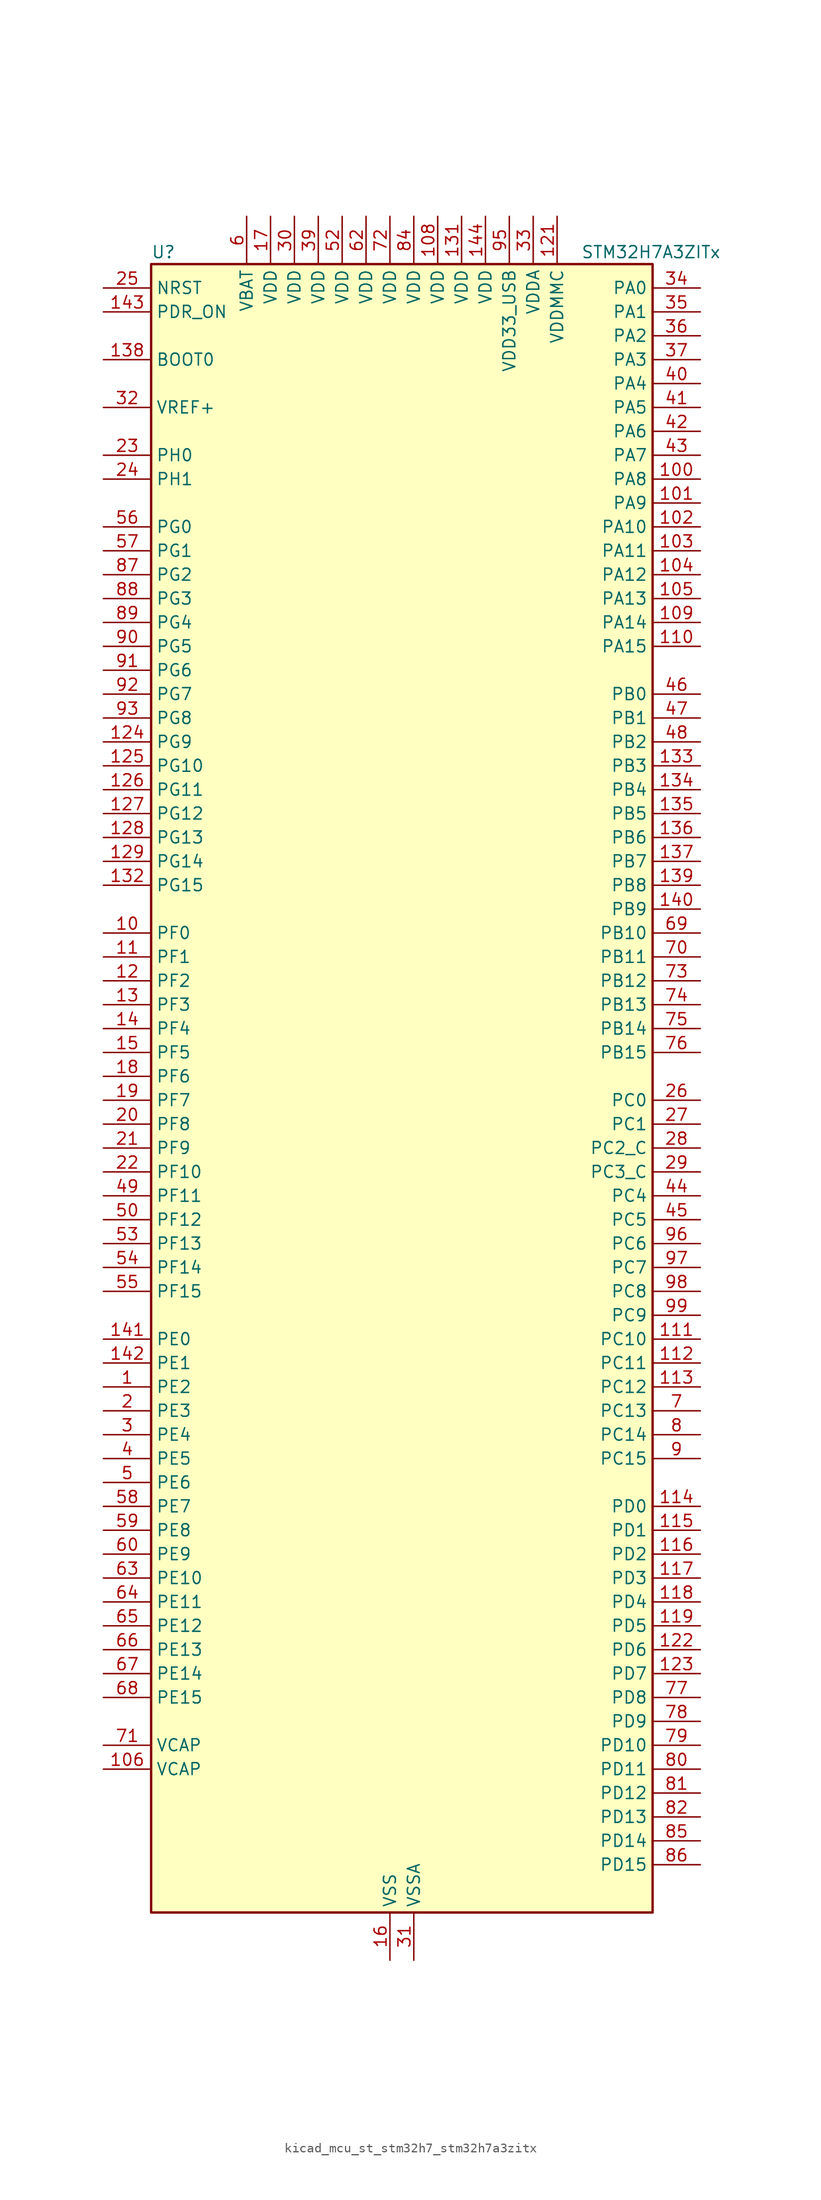
<source format=kicad_sym>
(kicad_symbol_lib
  (version 20220914)
  (generator kicad_symbol_editor)
  (symbol "kicad_mcu_st_stm32h7_stm32h7a3zitx"
    (property "Reference" "U"
      (at -25.4 90.17 0)
      (effects (font (size 1.27 1.27)) (justify left)))
    (property "Value" "STM32H7A3ZITx"
      (at 20.32 90.17 0)
      (effects (font (size 1.27 1.27)) (justify left)))
    (property "ki_locked" ""
      (at 0 0 0)
      (effects (font (size 1.27 1.27))))
    (symbol "kicad_mcu_st_stm32h7_stm32h7a3zitx_0_1"
      (rectangle (start -25.4 -86.36) (end 27.94 88.9) (stroke (width 0.254) (type default)) (fill (type background))))
    (symbol "kicad_mcu_st_stm32h7_stm32h7a3zitx_1_1"
      (pin bidirectional line (at -30.48 -30.48 0) (length 5.08) (name "PE2" (effects (font (size 1.27 1.27)))) (number "1" (effects (font (size 1.27 1.27)))) (alternate "DEBUG_TRACECLK" bidirectional line) (alternate "FMC_A23" bidirectional line) (alternate "OCTOSPIM_P1_IO2" bidirectional line) (alternate "SAI1_CK1" bidirectional line) (alternate "SAI1_MCLK_A" bidirectional line) (alternate "SPI4_SCK" bidirectional line) (alternate "USART10_RX" bidirectional line))
      (pin bidirectional line (at -30.48 17.78 0) (length 5.08) (name "PF0" (effects (font (size 1.27 1.27)))) (number "10" (effects (font (size 1.27 1.27)))) (alternate "FMC_A0" bidirectional line) (alternate "I2C2_SDA" bidirectional line) (alternate "OCTOSPIM_P2_IO0" bidirectional line))
      (pin bidirectional line (at 33.02 66.04 180) (length 5.08) (name "PA8" (effects (font (size 1.27 1.27)))) (number "100" (effects (font (size 1.27 1.27)))) (alternate "I2C3_SCL" bidirectional line) (alternate "LTDC_B3" bidirectional line) (alternate "LTDC_R6" bidirectional line) (alternate "RCC_MCO_1" bidirectional line) (alternate "TIM1_CH1" bidirectional line) (alternate "TIM8_BKIN2" bidirectional line) (alternate "TIM8_BKIN2_COMP1" bidirectional line) (alternate "TIM8_BKIN2_COMP2" bidirectional line) (alternate "UART7_RX" bidirectional line) (alternate "USART1_CK" bidirectional line) (alternate "USB_OTG_HS_SOF" bidirectional line))
      (pin bidirectional line (at 33.02 63.5 180) (length 5.08) (name "PA9" (effects (font (size 1.27 1.27)))) (number "101" (effects (font (size 1.27 1.27)))) (alternate "DAC1_EXTI9" bidirectional line) (alternate "DCMI_D0" bidirectional line) (alternate "I2C3_SMBA" bidirectional line) (alternate "I2S2_CK" bidirectional line) (alternate "LPUART1_TX" bidirectional line) (alternate "LTDC_R5" bidirectional line) (alternate "PSSI_D0" bidirectional line) (alternate "SPI2_SCK" bidirectional line) (alternate "TIM1_CH2" bidirectional line) (alternate "USART1_TX" bidirectional line) (alternate "USB_OTG_HS_VBUS" bidirectional line))
      (pin bidirectional line (at 33.02 60.96 180) (length 5.08) (name "PA10" (effects (font (size 1.27 1.27)))) (number "102" (effects (font (size 1.27 1.27)))) (alternate "DCMI_D1" bidirectional line) (alternate "LPUART1_RX" bidirectional line) (alternate "LTDC_B1" bidirectional line) (alternate "LTDC_B4" bidirectional line) (alternate "MDIOS_MDIO" bidirectional line) (alternate "PSSI_D1" bidirectional line) (alternate "TIM1_CH3" bidirectional line) (alternate "USART1_RX" bidirectional line) (alternate "USB_OTG_HS_ID" bidirectional line))
      (pin bidirectional line (at 33.02 58.42 180) (length 5.08) (name "PA11" (effects (font (size 1.27 1.27)))) (number "103" (effects (font (size 1.27 1.27)))) (alternate "ADC1_EXTI11" bidirectional line) (alternate "ADC2_EXTI11" bidirectional line) (alternate "FDCAN1_RX" bidirectional line) (alternate "I2S2_WS" bidirectional line) (alternate "LPUART1_CTS" bidirectional line) (alternate "LTDC_R4" bidirectional line) (alternate "SPI2_NSS" bidirectional line) (alternate "TIM1_CH4" bidirectional line) (alternate "UART4_RX" bidirectional line) (alternate "USART1_CTS" bidirectional line) (alternate "USART1_NSS" bidirectional line) (alternate "USB_OTG_HS_DM" bidirectional line))
      (pin bidirectional line (at 33.02 55.88 180) (length 5.08) (name "PA12" (effects (font (size 1.27 1.27)))) (number "104" (effects (font (size 1.27 1.27)))) (alternate "FDCAN1_TX" bidirectional line) (alternate "I2S2_CK" bidirectional line) (alternate "LPUART1_DE" bidirectional line) (alternate "LPUART1_RTS" bidirectional line) (alternate "LTDC_R5" bidirectional line) (alternate "SAI2_FS_B" bidirectional line) (alternate "SPI2_SCK" bidirectional line) (alternate "TIM1_ETR" bidirectional line) (alternate "UART4_TX" bidirectional line) (alternate "USART1_DE" bidirectional line) (alternate "USART1_RTS" bidirectional line) (alternate "USB_OTG_HS_DP" bidirectional line))
      (pin bidirectional line (at 33.02 53.34 180) (length 5.08) (name "PA13" (effects (font (size 1.27 1.27)))) (number "105" (effects (font (size 1.27 1.27)))) (alternate "DEBUG_JTMS-SWDIO" bidirectional line))
      (pin power_out line (at -30.48 -71.12 0) (length 5.08) (name "VCAP" (effects (font (size 1.27 1.27)))) (number "106" (effects (font (size 1.27 1.27)))))
      (pin passive line (at 0 -91.44 90) (length 5.08) hide (name "VSS" (effects (font (size 1.27 1.27)))) (number "107" (effects (font (size 1.27 1.27)))))
      (pin power_in line (at 5.08 93.98 270) (length 5.08) (name "VDD" (effects (font (size 1.27 1.27)))) (number "108" (effects (font (size 1.27 1.27)))))
      (pin bidirectional line (at 33.02 50.8 180) (length 5.08) (name "PA14" (effects (font (size 1.27 1.27)))) (number "109" (effects (font (size 1.27 1.27)))) (alternate "DEBUG_JTCK-SWCLK" bidirectional line))
      (pin bidirectional line (at -30.48 15.24 0) (length 5.08) (name "PF1" (effects (font (size 1.27 1.27)))) (number "11" (effects (font (size 1.27 1.27)))) (alternate "FMC_A1" bidirectional line) (alternate "I2C2_SCL" bidirectional line) (alternate "OCTOSPIM_P2_IO1" bidirectional line))
      (pin bidirectional line (at 33.02 48.26 180) (length 5.08) (name "PA15" (effects (font (size 1.27 1.27)))) (number "110" (effects (font (size 1.27 1.27)))) (alternate "ADC1_EXTI15" bidirectional line) (alternate "ADC2_EXTI15" bidirectional line) (alternate "CEC" bidirectional line) (alternate "DEBUG_JTDI" bidirectional line) (alternate "I2S1_WS" bidirectional line) (alternate "I2S3_WS" bidirectional line) (alternate "I2S6_WS" bidirectional line) (alternate "LTDC_B6" bidirectional line) (alternate "LTDC_R3" bidirectional line) (alternate "SPI1_NSS" bidirectional line) (alternate "SPI3_NSS" bidirectional line) (alternate "SPI6_NSS" bidirectional line) (alternate "TIM2_CH1" bidirectional line) (alternate "TIM2_ETR" bidirectional line) (alternate "UART4_DE" bidirectional line) (alternate "UART4_RTS" bidirectional line) (alternate "UART7_TX" bidirectional line))
      (pin bidirectional line (at 33.02 -25.4 180) (length 5.08) (name "PC10" (effects (font (size 1.27 1.27)))) (number "111" (effects (font (size 1.27 1.27)))) (alternate "DCMI_D8" bidirectional line) (alternate "DFSDM1_CKIN5" bidirectional line) (alternate "DFSDM2_CKIN0" bidirectional line) (alternate "I2S3_CK" bidirectional line) (alternate "LTDC_B1" bidirectional line) (alternate "LTDC_R2" bidirectional line) (alternate "OCTOSPIM_P1_IO1" bidirectional line) (alternate "PSSI_D8" bidirectional line) (alternate "SDMMC1_D2" bidirectional line) (alternate "SPI3_SCK" bidirectional line) (alternate "SWPMI1_RX" bidirectional line) (alternate "UART4_TX" bidirectional line) (alternate "USART3_TX" bidirectional line))
      (pin bidirectional line (at 33.02 -27.94 180) (length 5.08) (name "PC11" (effects (font (size 1.27 1.27)))) (number "112" (effects (font (size 1.27 1.27)))) (alternate "ADC1_EXTI11" bidirectional line) (alternate "ADC2_EXTI11" bidirectional line) (alternate "DCMI_D4" bidirectional line) (alternate "DFSDM1_DATIN5" bidirectional line) (alternate "DFSDM2_DATIN0" bidirectional line) (alternate "I2S3_SDI" bidirectional line) (alternate "LTDC_B4" bidirectional line) (alternate "OCTOSPIM_P1_NCS" bidirectional line) (alternate "PSSI_D4" bidirectional line) (alternate "SDMMC1_D3" bidirectional line) (alternate "SPI3_MISO" bidirectional line) (alternate "UART4_RX" bidirectional line) (alternate "USART3_RX" bidirectional line))
      (pin bidirectional line (at 33.02 -30.48 180) (length 5.08) (name "PC12" (effects (font (size 1.27 1.27)))) (number "113" (effects (font (size 1.27 1.27)))) (alternate "DCMI_D9" bidirectional line) (alternate "DEBUG_TRACED3" bidirectional line) (alternate "DFSDM2_CKOUT" bidirectional line) (alternate "I2S3_SDO" bidirectional line) (alternate "I2S6_CK" bidirectional line) (alternate "LTDC_R6" bidirectional line) (alternate "PSSI_D9" bidirectional line) (alternate "SDMMC1_CK" bidirectional line) (alternate "SPI3_MOSI" bidirectional line) (alternate "SPI6_SCK" bidirectional line) (alternate "TIM15_CH1" bidirectional line) (alternate "UART5_TX" bidirectional line) (alternate "USART3_CK" bidirectional line))
      (pin bidirectional line (at 33.02 -43.18 180) (length 5.08) (name "PD0" (effects (font (size 1.27 1.27)))) (number "114" (effects (font (size 1.27 1.27)))) (alternate "DFSDM1_CKIN6" bidirectional line) (alternate "FDCAN1_RX" bidirectional line) (alternate "FMC_D2" bidirectional line) (alternate "FMC_DA2" bidirectional line) (alternate "LTDC_B1" bidirectional line) (alternate "UART4_RX" bidirectional line) (alternate "UART9_CTS" bidirectional line))
      (pin bidirectional line (at 33.02 -45.72 180) (length 5.08) (name "PD1" (effects (font (size 1.27 1.27)))) (number "115" (effects (font (size 1.27 1.27)))) (alternate "DFSDM1_DATIN6" bidirectional line) (alternate "FDCAN1_TX" bidirectional line) (alternate "FMC_D3" bidirectional line) (alternate "FMC_DA3" bidirectional line) (alternate "UART4_TX" bidirectional line))
      (pin bidirectional line (at 33.02 -48.26 180) (length 5.08) (name "PD2" (effects (font (size 1.27 1.27)))) (number "116" (effects (font (size 1.27 1.27)))) (alternate "DCMI_D11" bidirectional line) (alternate "DEBUG_TRACED2" bidirectional line) (alternate "LTDC_B2" bidirectional line) (alternate "LTDC_B7" bidirectional line) (alternate "PSSI_D11" bidirectional line) (alternate "SDMMC1_CMD" bidirectional line) (alternate "TIM15_BKIN" bidirectional line) (alternate "TIM3_ETR" bidirectional line) (alternate "UART5_RX" bidirectional line))
      (pin bidirectional line (at 33.02 -50.8 180) (length 5.08) (name "PD3" (effects (font (size 1.27 1.27)))) (number "117" (effects (font (size 1.27 1.27)))) (alternate "DCMI_D5" bidirectional line) (alternate "DFSDM1_CKOUT" bidirectional line) (alternate "FMC_CLK" bidirectional line) (alternate "I2S2_CK" bidirectional line) (alternate "LTDC_G7" bidirectional line) (alternate "PSSI_D5" bidirectional line) (alternate "SPI2_SCK" bidirectional line) (alternate "USART2_CTS" bidirectional line) (alternate "USART2_NSS" bidirectional line))
      (pin bidirectional line (at 33.02 -53.34 180) (length 5.08) (name "PD4" (effects (font (size 1.27 1.27)))) (number "118" (effects (font (size 1.27 1.27)))) (alternate "FMC_NOE" bidirectional line) (alternate "OCTOSPIM_P1_IO4" bidirectional line) (alternate "USART2_DE" bidirectional line) (alternate "USART2_RTS" bidirectional line))
      (pin bidirectional line (at 33.02 -55.88 180) (length 5.08) (name "PD5" (effects (font (size 1.27 1.27)))) (number "119" (effects (font (size 1.27 1.27)))) (alternate "FMC_NWE" bidirectional line) (alternate "OCTOSPIM_P1_IO5" bidirectional line) (alternate "USART2_TX" bidirectional line))
      (pin bidirectional line (at -30.48 12.7 0) (length 5.08) (name "PF2" (effects (font (size 1.27 1.27)))) (number "12" (effects (font (size 1.27 1.27)))) (alternate "FMC_A2" bidirectional line) (alternate "I2C2_SMBA" bidirectional line) (alternate "OCTOSPIM_P2_IO2" bidirectional line))
      (pin passive line (at 0 -91.44 90) (length 5.08) hide (name "VSS" (effects (font (size 1.27 1.27)))) (number "120" (effects (font (size 1.27 1.27)))))
      (pin power_in line (at 17.78 93.98 270) (length 5.08) (name "VDDMMC" (effects (font (size 1.27 1.27)))) (number "121" (effects (font (size 1.27 1.27)))))
      (pin bidirectional line (at 33.02 -58.42 180) (length 5.08) (name "PD6" (effects (font (size 1.27 1.27)))) (number "122" (effects (font (size 1.27 1.27)))) (alternate "DCMI_D10" bidirectional line) (alternate "DFSDM1_CKIN4" bidirectional line) (alternate "DFSDM1_DATIN1" bidirectional line) (alternate "FMC_NWAIT" bidirectional line) (alternate "I2S3_SDO" bidirectional line) (alternate "LTDC_B2" bidirectional line) (alternate "OCTOSPIM_P1_IO6" bidirectional line) (alternate "PSSI_D10" bidirectional line) (alternate "SAI1_D1" bidirectional line) (alternate "SAI1_SD_A" bidirectional line) (alternate "SDMMC2_CK" bidirectional line) (alternate "SPI3_MOSI" bidirectional line) (alternate "USART2_RX" bidirectional line))
      (pin bidirectional line (at 33.02 -60.96 180) (length 5.08) (name "PD7" (effects (font (size 1.27 1.27)))) (number "123" (effects (font (size 1.27 1.27)))) (alternate "DFSDM1_CKIN1" bidirectional line) (alternate "DFSDM1_DATIN4" bidirectional line) (alternate "FMC_NE1" bidirectional line) (alternate "I2S1_SDO" bidirectional line) (alternate "OCTOSPIM_P1_IO7" bidirectional line) (alternate "SDMMC2_CMD" bidirectional line) (alternate "SPDIFRX_IN0" bidirectional line) (alternate "SPI1_MOSI" bidirectional line) (alternate "USART2_CK" bidirectional line))
      (pin bidirectional line (at -30.48 38.1 0) (length 5.08) (name "PG9" (effects (font (size 1.27 1.27)))) (number "124" (effects (font (size 1.27 1.27)))) (alternate "DAC1_EXTI9" bidirectional line) (alternate "DCMI_VSYNC" bidirectional line) (alternate "FMC_NCE" bidirectional line) (alternate "FMC_NE2" bidirectional line) (alternate "I2S1_SDI" bidirectional line) (alternate "OCTOSPIM_P1_IO6" bidirectional line) (alternate "PSSI_RDY" bidirectional line) (alternate "SAI2_FS_B" bidirectional line) (alternate "SDMMC2_D0" bidirectional line) (alternate "SPDIFRX_IN3" bidirectional line) (alternate "SPI1_MISO" bidirectional line) (alternate "USART6_RX" bidirectional line))
      (pin bidirectional line (at -30.48 35.56 0) (length 5.08) (name "PG10" (effects (font (size 1.27 1.27)))) (number "125" (effects (font (size 1.27 1.27)))) (alternate "DCMI_D2" bidirectional line) (alternate "FMC_NE3" bidirectional line) (alternate "I2S1_WS" bidirectional line) (alternate "LTDC_B2" bidirectional line) (alternate "LTDC_G3" bidirectional line) (alternate "OCTOSPIM_P2_IO6" bidirectional line) (alternate "PSSI_D2" bidirectional line) (alternate "SAI2_SD_B" bidirectional line) (alternate "SDMMC2_D1" bidirectional line) (alternate "SPI1_NSS" bidirectional line))
      (pin bidirectional line (at -30.48 33.02 0) (length 5.08) (name "PG11" (effects (font (size 1.27 1.27)))) (number "126" (effects (font (size 1.27 1.27)))) (alternate "ADC1_EXTI11" bidirectional line) (alternate "ADC2_EXTI11" bidirectional line) (alternate "DCMI_D3" bidirectional line) (alternate "I2S1_CK" bidirectional line) (alternate "LPTIM1_IN2" bidirectional line) (alternate "LTDC_B3" bidirectional line) (alternate "OCTOSPIM_P2_IO7" bidirectional line) (alternate "PSSI_D3" bidirectional line) (alternate "SDMMC2_D2" bidirectional line) (alternate "SPDIFRX_IN0" bidirectional line) (alternate "SPI1_SCK" bidirectional line) (alternate "USART10_RX" bidirectional line))
      (pin bidirectional line (at -30.48 30.48 0) (length 5.08) (name "PG12" (effects (font (size 1.27 1.27)))) (number "127" (effects (font (size 1.27 1.27)))) (alternate "FMC_NE4" bidirectional line) (alternate "I2S6_SDI" bidirectional line) (alternate "LPTIM1_IN1" bidirectional line) (alternate "LTDC_B1" bidirectional line) (alternate "LTDC_B4" bidirectional line) (alternate "OCTOSPIM_P2_NCS" bidirectional line) (alternate "SDMMC2_D3" bidirectional line) (alternate "SPDIFRX_IN1" bidirectional line) (alternate "SPI6_MISO" bidirectional line) (alternate "USART10_TX" bidirectional line) (alternate "USART6_DE" bidirectional line) (alternate "USART6_RTS" bidirectional line))
      (pin bidirectional line (at -30.48 27.94 0) (length 5.08) (name "PG13" (effects (font (size 1.27 1.27)))) (number "128" (effects (font (size 1.27 1.27)))) (alternate "DEBUG_TRACED0" bidirectional line) (alternate "FMC_A24" bidirectional line) (alternate "I2S6_CK" bidirectional line) (alternate "LPTIM1_OUT" bidirectional line) (alternate "LTDC_R0" bidirectional line) (alternate "SDMMC2_D6" bidirectional line) (alternate "SPI6_SCK" bidirectional line) (alternate "USART10_CTS" bidirectional line) (alternate "USART10_NSS" bidirectional line) (alternate "USART6_CTS" bidirectional line) (alternate "USART6_NSS" bidirectional line))
      (pin bidirectional line (at -30.48 25.4 0) (length 5.08) (name "PG14" (effects (font (size 1.27 1.27)))) (number "129" (effects (font (size 1.27 1.27)))) (alternate "DEBUG_TRACED1" bidirectional line) (alternate "FMC_A25" bidirectional line) (alternate "I2S6_SDO" bidirectional line) (alternate "LPTIM1_ETR" bidirectional line) (alternate "LTDC_B0" bidirectional line) (alternate "OCTOSPIM_P1_IO7" bidirectional line) (alternate "SDMMC2_D7" bidirectional line) (alternate "SPI6_MOSI" bidirectional line) (alternate "USART10_DE" bidirectional line) (alternate "USART10_RTS" bidirectional line) (alternate "USART6_TX" bidirectional line))
      (pin bidirectional line (at -30.48 10.16 0) (length 5.08) (name "PF3" (effects (font (size 1.27 1.27)))) (number "13" (effects (font (size 1.27 1.27)))) (alternate "FMC_A3" bidirectional line) (alternate "OCTOSPIM_P2_IO3" bidirectional line))
      (pin passive line (at 0 -91.44 90) (length 5.08) hide (name "VSS" (effects (font (size 1.27 1.27)))) (number "130" (effects (font (size 1.27 1.27)))))
      (pin power_in line (at 7.62 93.98 270) (length 5.08) (name "VDD" (effects (font (size 1.27 1.27)))) (number "131" (effects (font (size 1.27 1.27)))))
      (pin bidirectional line (at -30.48 22.86 0) (length 5.08) (name "PG15" (effects (font (size 1.27 1.27)))) (number "132" (effects (font (size 1.27 1.27)))) (alternate "ADC1_EXTI15" bidirectional line) (alternate "ADC2_EXTI15" bidirectional line) (alternate "DCMI_D13" bidirectional line) (alternate "FMC_SDNCAS" bidirectional line) (alternate "OCTOSPIM_P2_DQS" bidirectional line) (alternate "PSSI_D13" bidirectional line) (alternate "USART10_CK" bidirectional line) (alternate "USART6_CTS" bidirectional line) (alternate "USART6_NSS" bidirectional line))
      (pin bidirectional line (at 33.02 35.56 180) (length 5.08) (name "PB3" (effects (font (size 1.27 1.27)))) (number "133" (effects (font (size 1.27 1.27)))) (alternate "CRS_SYNC" bidirectional line) (alternate "DEBUG_JTDO-SWO" bidirectional line) (alternate "I2S1_CK" bidirectional line) (alternate "I2S3_CK" bidirectional line) (alternate "I2S6_CK" bidirectional line) (alternate "SDMMC2_D2" bidirectional line) (alternate "SPI1_SCK" bidirectional line) (alternate "SPI3_SCK" bidirectional line) (alternate "SPI6_SCK" bidirectional line) (alternate "TIM2_CH2" bidirectional line) (alternate "UART7_RX" bidirectional line))
      (pin bidirectional line (at 33.02 33.02 180) (length 5.08) (name "PB4" (effects (font (size 1.27 1.27)))) (number "134" (effects (font (size 1.27 1.27)))) (alternate "DEBUG_JTRST" bidirectional line) (alternate "I2S1_SDI" bidirectional line) (alternate "I2S2_WS" bidirectional line) (alternate "I2S3_SDI" bidirectional line) (alternate "I2S6_SDI" bidirectional line) (alternate "SDMMC2_D3" bidirectional line) (alternate "SPI1_MISO" bidirectional line) (alternate "SPI2_NSS" bidirectional line) (alternate "SPI3_MISO" bidirectional line) (alternate "SPI6_MISO" bidirectional line) (alternate "TIM16_BKIN" bidirectional line) (alternate "TIM3_CH1" bidirectional line) (alternate "UART7_TX" bidirectional line))
      (pin bidirectional line (at 33.02 30.48 180) (length 5.08) (name "PB5" (effects (font (size 1.27 1.27)))) (number "135" (effects (font (size 1.27 1.27)))) (alternate "DCMI_D10" bidirectional line) (alternate "FDCAN2_RX" bidirectional line) (alternate "FMC_SDCKE1" bidirectional line) (alternate "I2C1_SMBA" bidirectional line) (alternate "I2C4_SMBA" bidirectional line) (alternate "I2S1_SDO" bidirectional line) (alternate "I2S3_SDO" bidirectional line) (alternate "I2S6_SDO" bidirectional line) (alternate "LTDC_B5" bidirectional line) (alternate "PSSI_D10" bidirectional line) (alternate "SPI1_MOSI" bidirectional line) (alternate "SPI3_MOSI" bidirectional line) (alternate "SPI6_MOSI" bidirectional line) (alternate "TIM17_BKIN" bidirectional line) (alternate "TIM3_CH2" bidirectional line) (alternate "UART5_RX" bidirectional line) (alternate "USB_OTG_HS_ULPI_D7" bidirectional line))
      (pin bidirectional line (at 33.02 27.94 180) (length 5.08) (name "PB6" (effects (font (size 1.27 1.27)))) (number "136" (effects (font (size 1.27 1.27)))) (alternate "CEC" bidirectional line) (alternate "DCMI_D5" bidirectional line) (alternate "DFSDM1_DATIN5" bidirectional line) (alternate "FDCAN2_TX" bidirectional line) (alternate "FMC_SDNE1" bidirectional line) (alternate "I2C1_SCL" bidirectional line) (alternate "I2C4_SCL" bidirectional line) (alternate "LPUART1_TX" bidirectional line) (alternate "OCTOSPIM_P1_NCS" bidirectional line) (alternate "PSSI_D5" bidirectional line) (alternate "TIM16_CH1N" bidirectional line) (alternate "TIM4_CH1" bidirectional line) (alternate "UART5_TX" bidirectional line) (alternate "USART1_TX" bidirectional line))
      (pin bidirectional line (at 33.02 25.4 180) (length 5.08) (name "PB7" (effects (font (size 1.27 1.27)))) (number "137" (effects (font (size 1.27 1.27)))) (alternate "DCMI_VSYNC" bidirectional line) (alternate "DFSDM1_CKIN5" bidirectional line) (alternate "FMC_NL" bidirectional line) (alternate "I2C1_SDA" bidirectional line) (alternate "I2C4_SDA" bidirectional line) (alternate "LPUART1_RX" bidirectional line) (alternate "PSSI_RDY" bidirectional line) (alternate "PWR_PVD_IN" bidirectional line) (alternate "TIM17_CH1N" bidirectional line) (alternate "TIM4_CH2" bidirectional line) (alternate "USART1_RX" bidirectional line))
      (pin input line (at -30.48 78.74 0) (length 5.08) (name "BOOT0" (effects (font (size 1.27 1.27)))) (number "138" (effects (font (size 1.27 1.27)))))
      (pin bidirectional line (at 33.02 22.86 180) (length 5.08) (name "PB8" (effects (font (size 1.27 1.27)))) (number "139" (effects (font (size 1.27 1.27)))) (alternate "DCMI_D6" bidirectional line) (alternate "DFSDM1_CKIN7" bidirectional line) (alternate "FDCAN1_RX" bidirectional line) (alternate "I2C1_SCL" bidirectional line) (alternate "I2C4_SCL" bidirectional line) (alternate "LTDC_B6" bidirectional line) (alternate "PSSI_D6" bidirectional line) (alternate "SDMMC1_CKIN" bidirectional line) (alternate "SDMMC1_D4" bidirectional line) (alternate "SDMMC2_D4" bidirectional line) (alternate "TIM16_CH1" bidirectional line) (alternate "TIM4_CH3" bidirectional line) (alternate "UART4_RX" bidirectional line))
      (pin bidirectional line (at -30.48 7.62 0) (length 5.08) (name "PF4" (effects (font (size 1.27 1.27)))) (number "14" (effects (font (size 1.27 1.27)))) (alternate "FMC_A4" bidirectional line) (alternate "OCTOSPIM_P2_CLK" bidirectional line))
      (pin bidirectional line (at 33.02 20.32 180) (length 5.08) (name "PB9" (effects (font (size 1.27 1.27)))) (number "140" (effects (font (size 1.27 1.27)))) (alternate "DAC1_EXTI9" bidirectional line) (alternate "DCMI_D7" bidirectional line) (alternate "DFSDM1_DATIN7" bidirectional line) (alternate "FDCAN1_TX" bidirectional line) (alternate "I2C1_SDA" bidirectional line) (alternate "I2C4_SDA" bidirectional line) (alternate "I2C4_SMBA" bidirectional line) (alternate "I2S2_WS" bidirectional line) (alternate "LTDC_B7" bidirectional line) (alternate "PSSI_D7" bidirectional line) (alternate "SDMMC1_CDIR" bidirectional line) (alternate "SDMMC1_D5" bidirectional line) (alternate "SDMMC2_D5" bidirectional line) (alternate "SPI2_NSS" bidirectional line) (alternate "TIM17_CH1" bidirectional line) (alternate "TIM4_CH4" bidirectional line) (alternate "UART4_TX" bidirectional line))
      (pin bidirectional line (at -30.48 -25.4 0) (length 5.08) (name "PE0" (effects (font (size 1.27 1.27)))) (number "141" (effects (font (size 1.27 1.27)))) (alternate "DCMI_D2" bidirectional line) (alternate "FMC_NBL0" bidirectional line) (alternate "LPTIM1_ETR" bidirectional line) (alternate "LPTIM2_ETR" bidirectional line) (alternate "LTDC_R0" bidirectional line) (alternate "PSSI_D2" bidirectional line) (alternate "SAI2_MCLK_A" bidirectional line) (alternate "TIM4_ETR" bidirectional line) (alternate "UART8_RX" bidirectional line))
      (pin bidirectional line (at -30.48 -27.94 0) (length 5.08) (name "PE1" (effects (font (size 1.27 1.27)))) (number "142" (effects (font (size 1.27 1.27)))) (alternate "DCMI_D3" bidirectional line) (alternate "FMC_NBL1" bidirectional line) (alternate "LPTIM1_IN2" bidirectional line) (alternate "LTDC_R6" bidirectional line) (alternate "PSSI_D3" bidirectional line) (alternate "UART8_TX" bidirectional line))
      (pin input line (at -30.48 83.82 0) (length 5.08) (name "PDR_ON" (effects (font (size 1.27 1.27)))) (number "143" (effects (font (size 1.27 1.27)))))
      (pin power_in line (at 10.16 93.98 270) (length 5.08) (name "VDD" (effects (font (size 1.27 1.27)))) (number "144" (effects (font (size 1.27 1.27)))))
      (pin bidirectional line (at -30.48 5.08 0) (length 5.08) (name "PF5" (effects (font (size 1.27 1.27)))) (number "15" (effects (font (size 1.27 1.27)))) (alternate "FMC_A5" bidirectional line) (alternate "OCTOSPIM_P2_NCLK" bidirectional line))
      (pin power_in line (at 0 -91.44 90) (length 5.08) (name "VSS" (effects (font (size 1.27 1.27)))) (number "16" (effects (font (size 1.27 1.27)))))
      (pin power_in line (at -12.7 93.98 270) (length 5.08) (name "VDD" (effects (font (size 1.27 1.27)))) (number "17" (effects (font (size 1.27 1.27)))))
      (pin bidirectional line (at -30.48 2.54 0) (length 5.08) (name "PF6" (effects (font (size 1.27 1.27)))) (number "18" (effects (font (size 1.27 1.27)))) (alternate "OCTOSPIM_P1_IO3" bidirectional line) (alternate "SAI1_SD_B" bidirectional line) (alternate "SPI5_NSS" bidirectional line) (alternate "TIM16_CH1" bidirectional line) (alternate "UART7_RX" bidirectional line))
      (pin bidirectional line (at -30.48 0 0) (length 5.08) (name "PF7" (effects (font (size 1.27 1.27)))) (number "19" (effects (font (size 1.27 1.27)))) (alternate "OCTOSPIM_P1_IO2" bidirectional line) (alternate "SAI1_MCLK_B" bidirectional line) (alternate "SPI5_SCK" bidirectional line) (alternate "TIM17_CH1" bidirectional line) (alternate "UART7_TX" bidirectional line))
      (pin bidirectional line (at -30.48 -33.02 0) (length 5.08) (name "PE3" (effects (font (size 1.27 1.27)))) (number "2" (effects (font (size 1.27 1.27)))) (alternate "DEBUG_TRACED0" bidirectional line) (alternate "FMC_A19" bidirectional line) (alternate "SAI1_SD_B" bidirectional line) (alternate "TIM15_BKIN" bidirectional line) (alternate "USART10_TX" bidirectional line))
      (pin bidirectional line (at -30.48 -2.54 0) (length 5.08) (name "PF8" (effects (font (size 1.27 1.27)))) (number "20" (effects (font (size 1.27 1.27)))) (alternate "OCTOSPIM_P1_IO0" bidirectional line) (alternate "SAI1_SCK_B" bidirectional line) (alternate "SPI5_MISO" bidirectional line) (alternate "TIM13_CH1" bidirectional line) (alternate "TIM16_CH1N" bidirectional line) (alternate "UART7_DE" bidirectional line) (alternate "UART7_RTS" bidirectional line))
      (pin bidirectional line (at -30.48 -5.08 0) (length 5.08) (name "PF9" (effects (font (size 1.27 1.27)))) (number "21" (effects (font (size 1.27 1.27)))) (alternate "DAC1_EXTI9" bidirectional line) (alternate "OCTOSPIM_P1_IO1" bidirectional line) (alternate "SAI1_FS_B" bidirectional line) (alternate "SPI5_MOSI" bidirectional line) (alternate "TIM14_CH1" bidirectional line) (alternate "TIM17_CH1N" bidirectional line) (alternate "UART7_CTS" bidirectional line))
      (pin bidirectional line (at -30.48 -7.62 0) (length 5.08) (name "PF10" (effects (font (size 1.27 1.27)))) (number "22" (effects (font (size 1.27 1.27)))) (alternate "DCMI_D11" bidirectional line) (alternate "LTDC_DE" bidirectional line) (alternate "OCTOSPIM_P1_CLK" bidirectional line) (alternate "PSSI_D11" bidirectional line) (alternate "PSSI_D15" bidirectional line) (alternate "SAI1_D3" bidirectional line) (alternate "TIM16_BKIN" bidirectional line))
      (pin bidirectional line (at -30.48 68.58 0) (length 5.08) (name "PH0" (effects (font (size 1.27 1.27)))) (number "23" (effects (font (size 1.27 1.27)))) (alternate "RCC_OSC_IN" bidirectional line))
      (pin bidirectional line (at -30.48 66.04 0) (length 5.08) (name "PH1" (effects (font (size 1.27 1.27)))) (number "24" (effects (font (size 1.27 1.27)))) (alternate "RCC_OSC_OUT" bidirectional line))
      (pin input line (at -30.48 86.36 0) (length 5.08) (name "NRST" (effects (font (size 1.27 1.27)))) (number "25" (effects (font (size 1.27 1.27)))))
      (pin bidirectional line (at 33.02 0 180) (length 5.08) (name "PC0" (effects (font (size 1.27 1.27)))) (number "26" (effects (font (size 1.27 1.27)))) (alternate "ADC1_INP10" bidirectional line) (alternate "ADC2_INP10" bidirectional line) (alternate "DFSDM1_CKIN0" bidirectional line) (alternate "DFSDM1_DATIN4" bidirectional line) (alternate "FMC_A25" bidirectional line) (alternate "FMC_SDNWE" bidirectional line) (alternate "LTDC_G2" bidirectional line) (alternate "LTDC_R5" bidirectional line) (alternate "SAI2_FS_B" bidirectional line) (alternate "USB_OTG_HS_ULPI_STP" bidirectional line))
      (pin bidirectional line (at 33.02 -2.54 180) (length 5.08) (name "PC1" (effects (font (size 1.27 1.27)))) (number "27" (effects (font (size 1.27 1.27)))) (alternate "ADC1_INN10" bidirectional line) (alternate "ADC1_INP11" bidirectional line) (alternate "ADC2_INN10" bidirectional line) (alternate "ADC2_INP11" bidirectional line) (alternate "DEBUG_TRACED0" bidirectional line) (alternate "DFSDM1_CKIN4" bidirectional line) (alternate "DFSDM1_DATIN0" bidirectional line) (alternate "I2S2_SDO" bidirectional line) (alternate "LTDC_G5" bidirectional line) (alternate "MDIOS_MDC" bidirectional line) (alternate "OCTOSPIM_P1_IO4" bidirectional line) (alternate "PWR_WKUP6" bidirectional line) (alternate "RTC_TAMP3" bidirectional line) (alternate "SAI1_D1" bidirectional line) (alternate "SAI1_SD_A" bidirectional line) (alternate "SDMMC2_CK" bidirectional line) (alternate "SPI2_MOSI" bidirectional line))
      (pin bidirectional line (at 33.02 -5.08 180) (length 5.08) (name "PC2_C" (effects (font (size 1.27 1.27)))) (number "28" (effects (font (size 1.27 1.27)))) (alternate "ADC2_INN1" bidirectional line) (alternate "ADC2_INP0" bidirectional line) (alternate "DFSDM1_CKIN1" bidirectional line) (alternate "DFSDM1_CKOUT" bidirectional line) (alternate "FMC_SDNE0" bidirectional line) (alternate "I2S2_SDI" bidirectional line) (alternate "OCTOSPIM_P1_IO2" bidirectional line) (alternate "OCTOSPIM_P1_IO5" bidirectional line) (alternate "PWR_CSTOP" bidirectional line) (alternate "SPI2_MISO" bidirectional line) (alternate "USB_OTG_HS_ULPI_DIR" bidirectional line))
      (pin bidirectional line (at 33.02 -7.62 180) (length 5.08) (name "PC3_C" (effects (font (size 1.27 1.27)))) (number "29" (effects (font (size 1.27 1.27)))) (alternate "ADC2_INP1" bidirectional line) (alternate "DFSDM1_DATIN1" bidirectional line) (alternate "FMC_SDCKE0" bidirectional line) (alternate "I2S2_SDO" bidirectional line) (alternate "OCTOSPIM_P1_IO0" bidirectional line) (alternate "OCTOSPIM_P1_IO6" bidirectional line) (alternate "PWR_CSLEEP" bidirectional line) (alternate "SPI2_MOSI" bidirectional line) (alternate "USB_OTG_HS_ULPI_NXT" bidirectional line))
      (pin bidirectional line (at -30.48 -35.56 0) (length 5.08) (name "PE4" (effects (font (size 1.27 1.27)))) (number "3" (effects (font (size 1.27 1.27)))) (alternate "DCMI_D4" bidirectional line) (alternate "DEBUG_TRACED1" bidirectional line) (alternate "DFSDM1_DATIN3" bidirectional line) (alternate "FMC_A20" bidirectional line) (alternate "LTDC_B0" bidirectional line) (alternate "PSSI_D4" bidirectional line) (alternate "SAI1_D2" bidirectional line) (alternate "SAI1_FS_A" bidirectional line) (alternate "SPI4_NSS" bidirectional line) (alternate "TIM15_CH1N" bidirectional line))
      (pin power_in line (at -10.16 93.98 270) (length 5.08) (name "VDD" (effects (font (size 1.27 1.27)))) (number "30" (effects (font (size 1.27 1.27)))))
      (pin power_in line (at 2.54 -91.44 90) (length 5.08) (name "VSSA" (effects (font (size 1.27 1.27)))) (number "31" (effects (font (size 1.27 1.27)))))
      (pin input line (at -30.48 73.66 0) (length 5.08) (name "VREF+" (effects (font (size 1.27 1.27)))) (number "32" (effects (font (size 1.27 1.27)))) (alternate "VREFBUF_OUT" bidirectional line))
      (pin power_in line (at 15.24 93.98 270) (length 5.08) (name "VDDA" (effects (font (size 1.27 1.27)))) (number "33" (effects (font (size 1.27 1.27)))))
      (pin bidirectional line (at 33.02 86.36 180) (length 5.08) (name "PA0" (effects (font (size 1.27 1.27)))) (number "34" (effects (font (size 1.27 1.27)))) (alternate "ADC1_INP16" bidirectional line) (alternate "I2S6_WS" bidirectional line) (alternate "PWR_WKUP1" bidirectional line) (alternate "SAI2_SD_B" bidirectional line) (alternate "SDMMC2_CMD" bidirectional line) (alternate "SPI6_NSS" bidirectional line) (alternate "TIM15_BKIN" bidirectional line) (alternate "TIM2_CH1" bidirectional line) (alternate "TIM2_ETR" bidirectional line) (alternate "TIM5_CH1" bidirectional line) (alternate "TIM8_ETR" bidirectional line) (alternate "UART4_TX" bidirectional line) (alternate "USART2_CTS" bidirectional line) (alternate "USART2_NSS" bidirectional line))
      (pin bidirectional line (at 33.02 83.82 180) (length 5.08) (name "PA1" (effects (font (size 1.27 1.27)))) (number "35" (effects (font (size 1.27 1.27)))) (alternate "ADC1_INN16" bidirectional line) (alternate "ADC1_INP17" bidirectional line) (alternate "LPTIM3_OUT" bidirectional line) (alternate "LTDC_R2" bidirectional line) (alternate "OCTOSPIM_P1_DQS" bidirectional line) (alternate "OCTOSPIM_P1_IO3" bidirectional line) (alternate "SAI2_MCLK_B" bidirectional line) (alternate "TIM15_CH1N" bidirectional line) (alternate "TIM2_CH2" bidirectional line) (alternate "TIM5_CH2" bidirectional line) (alternate "UART4_RX" bidirectional line) (alternate "USART2_DE" bidirectional line) (alternate "USART2_RTS" bidirectional line))
      (pin bidirectional line (at 33.02 81.28 180) (length 5.08) (name "PA2" (effects (font (size 1.27 1.27)))) (number "36" (effects (font (size 1.27 1.27)))) (alternate "ADC1_INP14" bidirectional line) (alternate "DFSDM2_CKIN1" bidirectional line) (alternate "LTDC_R1" bidirectional line) (alternate "MDIOS_MDIO" bidirectional line) (alternate "PWR_WKUP2" bidirectional line) (alternate "SAI2_SCK_B" bidirectional line) (alternate "TIM15_CH1" bidirectional line) (alternate "TIM2_CH3" bidirectional line) (alternate "TIM5_CH3" bidirectional line) (alternate "USART2_TX" bidirectional line))
      (pin bidirectional line (at 33.02 78.74 180) (length 5.08) (name "PA3" (effects (font (size 1.27 1.27)))) (number "37" (effects (font (size 1.27 1.27)))) (alternate "ADC1_INP15" bidirectional line) (alternate "I2S6_MCK" bidirectional line) (alternate "LTDC_B2" bidirectional line) (alternate "LTDC_B5" bidirectional line) (alternate "OCTOSPIM_P1_CLK" bidirectional line) (alternate "TIM15_CH2" bidirectional line) (alternate "TIM2_CH4" bidirectional line) (alternate "TIM5_CH4" bidirectional line) (alternate "USART2_RX" bidirectional line) (alternate "USB_OTG_HS_ULPI_D0" bidirectional line))
      (pin passive line (at 0 -91.44 90) (length 5.08) hide (name "VSS" (effects (font (size 1.27 1.27)))) (number "38" (effects (font (size 1.27 1.27)))))
      (pin power_in line (at -7.62 93.98 270) (length 5.08) (name "VDD" (effects (font (size 1.27 1.27)))) (number "39" (effects (font (size 1.27 1.27)))))
      (pin bidirectional line (at -30.48 -38.1 0) (length 5.08) (name "PE5" (effects (font (size 1.27 1.27)))) (number "4" (effects (font (size 1.27 1.27)))) (alternate "DCMI_D6" bidirectional line) (alternate "DEBUG_TRACED2" bidirectional line) (alternate "DFSDM1_CKIN3" bidirectional line) (alternate "FMC_A21" bidirectional line) (alternate "LTDC_G0" bidirectional line) (alternate "PSSI_D6" bidirectional line) (alternate "SAI1_CK2" bidirectional line) (alternate "SAI1_SCK_A" bidirectional line) (alternate "SPI4_MISO" bidirectional line) (alternate "TIM15_CH1" bidirectional line))
      (pin bidirectional line (at 33.02 76.2 180) (length 5.08) (name "PA4" (effects (font (size 1.27 1.27)))) (number "40" (effects (font (size 1.27 1.27)))) (alternate "ADC1_INP18" bidirectional line) (alternate "DAC1_OUT1" bidirectional line) (alternate "DCMI_HSYNC" bidirectional line) (alternate "I2S1_WS" bidirectional line) (alternate "I2S3_WS" bidirectional line) (alternate "I2S6_WS" bidirectional line) (alternate "LTDC_VSYNC" bidirectional line) (alternate "PSSI_DE" bidirectional line) (alternate "SPI1_NSS" bidirectional line) (alternate "SPI3_NSS" bidirectional line) (alternate "SPI6_NSS" bidirectional line) (alternate "TIM5_ETR" bidirectional line) (alternate "USART2_CK" bidirectional line))
      (pin bidirectional line (at 33.02 73.66 180) (length 5.08) (name "PA5" (effects (font (size 1.27 1.27)))) (number "41" (effects (font (size 1.27 1.27)))) (alternate "ADC1_INN18" bidirectional line) (alternate "ADC1_INP19" bidirectional line) (alternate "DAC1_OUT2" bidirectional line) (alternate "I2S1_CK" bidirectional line) (alternate "I2S6_CK" bidirectional line) (alternate "LTDC_R4" bidirectional line) (alternate "PSSI_D14" bidirectional line) (alternate "PWR_NDSTOP2" bidirectional line) (alternate "SPI1_SCK" bidirectional line) (alternate "SPI6_SCK" bidirectional line) (alternate "TIM2_CH1" bidirectional line) (alternate "TIM2_ETR" bidirectional line) (alternate "TIM8_CH1N" bidirectional line) (alternate "USB_OTG_HS_ULPI_CK" bidirectional line))
      (pin bidirectional line (at 33.02 71.12 180) (length 5.08) (name "PA6" (effects (font (size 1.27 1.27)))) (number "42" (effects (font (size 1.27 1.27)))) (alternate "ADC1_INP3" bidirectional line) (alternate "ADC2_INP3" bidirectional line) (alternate "DAC2_OUT1" bidirectional line) (alternate "DCMI_PIXCLK" bidirectional line) (alternate "I2S1_SDI" bidirectional line) (alternate "I2S6_SDI" bidirectional line) (alternate "LTDC_G2" bidirectional line) (alternate "MDIOS_MDC" bidirectional line) (alternate "OCTOSPIM_P1_IO3" bidirectional line) (alternate "PSSI_PDCK" bidirectional line) (alternate "SPI1_MISO" bidirectional line) (alternate "SPI6_MISO" bidirectional line) (alternate "TIM13_CH1" bidirectional line) (alternate "TIM1_BKIN" bidirectional line) (alternate "TIM1_BKIN_COMP1" bidirectional line) (alternate "TIM1_BKIN_COMP2" bidirectional line) (alternate "TIM3_CH1" bidirectional line) (alternate "TIM8_BKIN" bidirectional line) (alternate "TIM8_BKIN_COMP1" bidirectional line) (alternate "TIM8_BKIN_COMP2" bidirectional line))
      (pin bidirectional line (at 33.02 68.58 180) (length 5.08) (name "PA7" (effects (font (size 1.27 1.27)))) (number "43" (effects (font (size 1.27 1.27)))) (alternate "ADC1_INN3" bidirectional line) (alternate "ADC1_INP7" bidirectional line) (alternate "ADC2_INN3" bidirectional line) (alternate "ADC2_INP7" bidirectional line) (alternate "DFSDM2_DATIN1" bidirectional line) (alternate "FMC_SDNWE" bidirectional line) (alternate "I2S1_SDO" bidirectional line) (alternate "I2S6_SDO" bidirectional line) (alternate "LTDC_VSYNC" bidirectional line) (alternate "OCTOSPIM_P1_IO2" bidirectional line) (alternate "OPAMP1_VINM" bidirectional line) (alternate "SPI1_MOSI" bidirectional line) (alternate "SPI6_MOSI" bidirectional line) (alternate "TIM14_CH1" bidirectional line) (alternate "TIM1_CH1N" bidirectional line) (alternate "TIM3_CH2" bidirectional line) (alternate "TIM8_CH1N" bidirectional line))
      (pin bidirectional line (at 33.02 -10.16 180) (length 5.08) (name "PC4" (effects (font (size 1.27 1.27)))) (number "44" (effects (font (size 1.27 1.27)))) (alternate "ADC1_INP4" bidirectional line) (alternate "ADC2_INP4" bidirectional line) (alternate "COMP1_INM" bidirectional line) (alternate "DFSDM1_CKIN2" bidirectional line) (alternate "FMC_SDNE0" bidirectional line) (alternate "I2S1_MCK" bidirectional line) (alternate "LTDC_R7" bidirectional line) (alternate "OPAMP1_VOUT" bidirectional line) (alternate "SPDIFRX_IN2" bidirectional line))
      (pin bidirectional line (at 33.02 -12.7 180) (length 5.08) (name "PC5" (effects (font (size 1.27 1.27)))) (number "45" (effects (font (size 1.27 1.27)))) (alternate "ADC1_INN4" bidirectional line) (alternate "ADC1_INP8" bidirectional line) (alternate "ADC2_INN4" bidirectional line) (alternate "ADC2_INP8" bidirectional line) (alternate "COMP1_OUT" bidirectional line) (alternate "DFSDM1_DATIN2" bidirectional line) (alternate "FMC_SDCKE0" bidirectional line) (alternate "LTDC_DE" bidirectional line) (alternate "OCTOSPIM_P1_DQS" bidirectional line) (alternate "OPAMP1_VINM" bidirectional line) (alternate "PSSI_D15" bidirectional line) (alternate "SAI1_D3" bidirectional line) (alternate "SPDIFRX_IN3" bidirectional line))
      (pin bidirectional line (at 33.02 43.18 180) (length 5.08) (name "PB0" (effects (font (size 1.27 1.27)))) (number "46" (effects (font (size 1.27 1.27)))) (alternate "ADC1_INN5" bidirectional line) (alternate "ADC1_INP9" bidirectional line) (alternate "ADC2_INN5" bidirectional line) (alternate "ADC2_INP9" bidirectional line) (alternate "COMP1_INP" bidirectional line) (alternate "DFSDM1_CKOUT" bidirectional line) (alternate "DFSDM2_CKOUT" bidirectional line) (alternate "LTDC_G1" bidirectional line) (alternate "LTDC_R3" bidirectional line) (alternate "OCTOSPIM_P1_IO1" bidirectional line) (alternate "OPAMP1_VINP" bidirectional line) (alternate "TIM1_CH2N" bidirectional line) (alternate "TIM3_CH3" bidirectional line) (alternate "TIM8_CH2N" bidirectional line) (alternate "UART4_CTS" bidirectional line) (alternate "USB_OTG_HS_ULPI_D1" bidirectional line))
      (pin bidirectional line (at 33.02 40.64 180) (length 5.08) (name "PB1" (effects (font (size 1.27 1.27)))) (number "47" (effects (font (size 1.27 1.27)))) (alternate "ADC1_INP5" bidirectional line) (alternate "ADC2_INP5" bidirectional line) (alternate "COMP1_INM" bidirectional line) (alternate "DFSDM1_DATIN1" bidirectional line) (alternate "LTDC_G0" bidirectional line) (alternate "LTDC_R6" bidirectional line) (alternate "OCTOSPIM_P1_IO0" bidirectional line) (alternate "TIM1_CH3N" bidirectional line) (alternate "TIM3_CH4" bidirectional line) (alternate "TIM8_CH3N" bidirectional line) (alternate "USB_OTG_HS_ULPI_D2" bidirectional line))
      (pin bidirectional line (at 33.02 38.1 180) (length 5.08) (name "PB2" (effects (font (size 1.27 1.27)))) (number "48" (effects (font (size 1.27 1.27)))) (alternate "COMP1_INP" bidirectional line) (alternate "DFSDM1_CKIN1" bidirectional line) (alternate "I2S3_SDO" bidirectional line) (alternate "OCTOSPIM_P1_CLK" bidirectional line) (alternate "OCTOSPIM_P1_DQS" bidirectional line) (alternate "RTC_OUT_ALARM" bidirectional line) (alternate "RTC_OUT_CALIB" bidirectional line) (alternate "SAI1_D1" bidirectional line) (alternate "SAI1_SD_A" bidirectional line) (alternate "SPI3_MOSI" bidirectional line))
      (pin bidirectional line (at -30.48 -10.16 0) (length 5.08) (name "PF11" (effects (font (size 1.27 1.27)))) (number "49" (effects (font (size 1.27 1.27)))) (alternate "ADC1_EXTI11" bidirectional line) (alternate "ADC1_INP2" bidirectional line) (alternate "ADC2_EXTI11" bidirectional line) (alternate "DCMI_D12" bidirectional line) (alternate "FMC_SDNRAS" bidirectional line) (alternate "OCTOSPIM_P1_NCLK" bidirectional line) (alternate "PSSI_D12" bidirectional line) (alternate "SAI2_SD_B" bidirectional line) (alternate "SPI5_MOSI" bidirectional line))
      (pin bidirectional line (at -30.48 -40.64 0) (length 5.08) (name "PE6" (effects (font (size 1.27 1.27)))) (number "5" (effects (font (size 1.27 1.27)))) (alternate "DCMI_D7" bidirectional line) (alternate "DEBUG_TRACED3" bidirectional line) (alternate "FMC_A22" bidirectional line) (alternate "LTDC_G1" bidirectional line) (alternate "PSSI_D7" bidirectional line) (alternate "SAI1_D1" bidirectional line) (alternate "SAI1_SD_A" bidirectional line) (alternate "SAI2_MCLK_B" bidirectional line) (alternate "SPI4_MOSI" bidirectional line) (alternate "TIM15_CH2" bidirectional line) (alternate "TIM1_BKIN2" bidirectional line) (alternate "TIM1_BKIN2_COMP1" bidirectional line) (alternate "TIM1_BKIN2_COMP2" bidirectional line))
      (pin bidirectional line (at -30.48 -12.7 0) (length 5.08) (name "PF12" (effects (font (size 1.27 1.27)))) (number "50" (effects (font (size 1.27 1.27)))) (alternate "ADC1_INN2" bidirectional line) (alternate "ADC1_INP6" bidirectional line) (alternate "FMC_A6" bidirectional line) (alternate "OCTOSPIM_P2_DQS" bidirectional line))
      (pin passive line (at 0 -91.44 90) (length 5.08) hide (name "VSS" (effects (font (size 1.27 1.27)))) (number "51" (effects (font (size 1.27 1.27)))))
      (pin power_in line (at -5.08 93.98 270) (length 5.08) (name "VDD" (effects (font (size 1.27 1.27)))) (number "52" (effects (font (size 1.27 1.27)))))
      (pin bidirectional line (at -30.48 -15.24 0) (length 5.08) (name "PF13" (effects (font (size 1.27 1.27)))) (number "53" (effects (font (size 1.27 1.27)))) (alternate "ADC2_INP2" bidirectional line) (alternate "DFSDM1_DATIN6" bidirectional line) (alternate "FMC_A7" bidirectional line) (alternate "I2C4_SMBA" bidirectional line))
      (pin bidirectional line (at -30.48 -17.78 0) (length 5.08) (name "PF14" (effects (font (size 1.27 1.27)))) (number "54" (effects (font (size 1.27 1.27)))) (alternate "ADC2_INN2" bidirectional line) (alternate "ADC2_INP6" bidirectional line) (alternate "DFSDM1_CKIN6" bidirectional line) (alternate "FMC_A8" bidirectional line) (alternate "I2C4_SCL" bidirectional line))
      (pin bidirectional line (at -30.48 -20.32 0) (length 5.08) (name "PF15" (effects (font (size 1.27 1.27)))) (number "55" (effects (font (size 1.27 1.27)))) (alternate "ADC1_EXTI15" bidirectional line) (alternate "ADC2_EXTI15" bidirectional line) (alternate "FMC_A9" bidirectional line) (alternate "I2C4_SDA" bidirectional line))
      (pin bidirectional line (at -30.48 60.96 0) (length 5.08) (name "PG0" (effects (font (size 1.27 1.27)))) (number "56" (effects (font (size 1.27 1.27)))) (alternate "FMC_A10" bidirectional line) (alternate "OCTOSPIM_P2_IO4" bidirectional line) (alternate "UART9_RX" bidirectional line))
      (pin bidirectional line (at -30.48 58.42 0) (length 5.08) (name "PG1" (effects (font (size 1.27 1.27)))) (number "57" (effects (font (size 1.27 1.27)))) (alternate "FMC_A11" bidirectional line) (alternate "OCTOSPIM_P2_IO5" bidirectional line) (alternate "OPAMP2_VINM" bidirectional line) (alternate "UART9_TX" bidirectional line))
      (pin bidirectional line (at -30.48 -43.18 0) (length 5.08) (name "PE7" (effects (font (size 1.27 1.27)))) (number "58" (effects (font (size 1.27 1.27)))) (alternate "COMP2_INM" bidirectional line) (alternate "DFSDM1_DATIN2" bidirectional line) (alternate "FMC_D4" bidirectional line) (alternate "FMC_DA4" bidirectional line) (alternate "OCTOSPIM_P1_IO4" bidirectional line) (alternate "OPAMP2_VOUT" bidirectional line) (alternate "TIM1_ETR" bidirectional line) (alternate "UART7_RX" bidirectional line))
      (pin bidirectional line (at -30.48 -45.72 0) (length 5.08) (name "PE8" (effects (font (size 1.27 1.27)))) (number "59" (effects (font (size 1.27 1.27)))) (alternate "COMP2_OUT" bidirectional line) (alternate "DFSDM1_CKIN2" bidirectional line) (alternate "FMC_D5" bidirectional line) (alternate "FMC_DA5" bidirectional line) (alternate "OCTOSPIM_P1_IO5" bidirectional line) (alternate "OPAMP2_VINM" bidirectional line) (alternate "TIM1_CH1N" bidirectional line) (alternate "UART7_TX" bidirectional line))
      (pin power_in line (at -15.24 93.98 270) (length 5.08) (name "VBAT" (effects (font (size 1.27 1.27)))) (number "6" (effects (font (size 1.27 1.27)))))
      (pin bidirectional line (at -30.48 -48.26 0) (length 5.08) (name "PE9" (effects (font (size 1.27 1.27)))) (number "60" (effects (font (size 1.27 1.27)))) (alternate "COMP2_INP" bidirectional line) (alternate "DAC1_EXTI9" bidirectional line) (alternate "DFSDM1_CKOUT" bidirectional line) (alternate "FMC_D6" bidirectional line) (alternate "FMC_DA6" bidirectional line) (alternate "OCTOSPIM_P1_IO6" bidirectional line) (alternate "OPAMP2_VINP" bidirectional line) (alternate "TIM1_CH1" bidirectional line) (alternate "UART7_DE" bidirectional line) (alternate "UART7_RTS" bidirectional line))
      (pin passive line (at 0 -91.44 90) (length 5.08) hide (name "VSS" (effects (font (size 1.27 1.27)))) (number "61" (effects (font (size 1.27 1.27)))))
      (pin power_in line (at -2.54 93.98 270) (length 5.08) (name "VDD" (effects (font (size 1.27 1.27)))) (number "62" (effects (font (size 1.27 1.27)))))
      (pin bidirectional line (at -30.48 -50.8 0) (length 5.08) (name "PE10" (effects (font (size 1.27 1.27)))) (number "63" (effects (font (size 1.27 1.27)))) (alternate "COMP2_INM" bidirectional line) (alternate "DFSDM1_DATIN4" bidirectional line) (alternate "FMC_D7" bidirectional line) (alternate "FMC_DA7" bidirectional line) (alternate "OCTOSPIM_P1_IO7" bidirectional line) (alternate "TIM1_CH2N" bidirectional line) (alternate "UART7_CTS" bidirectional line))
      (pin bidirectional line (at -30.48 -53.34 0) (length 5.08) (name "PE11" (effects (font (size 1.27 1.27)))) (number "64" (effects (font (size 1.27 1.27)))) (alternate "ADC1_EXTI11" bidirectional line) (alternate "ADC2_EXTI11" bidirectional line) (alternate "COMP2_INP" bidirectional line) (alternate "DFSDM1_CKIN4" bidirectional line) (alternate "FMC_D8" bidirectional line) (alternate "FMC_DA8" bidirectional line) (alternate "LTDC_G3" bidirectional line) (alternate "OCTOSPIM_P1_NCS" bidirectional line) (alternate "SAI2_SD_B" bidirectional line) (alternate "SPI4_NSS" bidirectional line) (alternate "TIM1_CH2" bidirectional line))
      (pin bidirectional line (at -30.48 -55.88 0) (length 5.08) (name "PE12" (effects (font (size 1.27 1.27)))) (number "65" (effects (font (size 1.27 1.27)))) (alternate "COMP1_OUT" bidirectional line) (alternate "DFSDM1_DATIN5" bidirectional line) (alternate "FMC_D9" bidirectional line) (alternate "FMC_DA9" bidirectional line) (alternate "LTDC_B4" bidirectional line) (alternate "SAI2_SCK_B" bidirectional line) (alternate "SPI4_SCK" bidirectional line) (alternate "TIM1_CH3N" bidirectional line))
      (pin bidirectional line (at -30.48 -58.42 0) (length 5.08) (name "PE13" (effects (font (size 1.27 1.27)))) (number "66" (effects (font (size 1.27 1.27)))) (alternate "COMP2_OUT" bidirectional line) (alternate "DFSDM1_CKIN5" bidirectional line) (alternate "FMC_D10" bidirectional line) (alternate "FMC_DA10" bidirectional line) (alternate "LTDC_DE" bidirectional line) (alternate "SAI2_FS_B" bidirectional line) (alternate "SPI4_MISO" bidirectional line) (alternate "TIM1_CH3" bidirectional line))
      (pin bidirectional line (at -30.48 -60.96 0) (length 5.08) (name "PE14" (effects (font (size 1.27 1.27)))) (number "67" (effects (font (size 1.27 1.27)))) (alternate "FMC_D11" bidirectional line) (alternate "FMC_DA11" bidirectional line) (alternate "LTDC_CLK" bidirectional line) (alternate "SAI2_MCLK_B" bidirectional line) (alternate "SPI4_MOSI" bidirectional line) (alternate "TIM1_CH4" bidirectional line))
      (pin bidirectional line (at -30.48 -63.5 0) (length 5.08) (name "PE15" (effects (font (size 1.27 1.27)))) (number "68" (effects (font (size 1.27 1.27)))) (alternate "ADC1_EXTI15" bidirectional line) (alternate "ADC2_EXTI15" bidirectional line) (alternate "FMC_D12" bidirectional line) (alternate "FMC_DA12" bidirectional line) (alternate "LTDC_R7" bidirectional line) (alternate "TIM1_BKIN" bidirectional line) (alternate "TIM1_BKIN_COMP1" bidirectional line) (alternate "TIM1_BKIN_COMP2" bidirectional line) (alternate "USART10_CK" bidirectional line))
      (pin bidirectional line (at 33.02 17.78 180) (length 5.08) (name "PB10" (effects (font (size 1.27 1.27)))) (number "69" (effects (font (size 1.27 1.27)))) (alternate "DFSDM1_DATIN7" bidirectional line) (alternate "I2C2_SCL" bidirectional line) (alternate "I2S2_CK" bidirectional line) (alternate "LPTIM2_IN1" bidirectional line) (alternate "LTDC_G4" bidirectional line) (alternate "OCTOSPIM_P1_NCS" bidirectional line) (alternate "SPI2_SCK" bidirectional line) (alternate "TIM2_CH3" bidirectional line) (alternate "USART3_TX" bidirectional line) (alternate "USB_OTG_HS_ULPI_D3" bidirectional line))
      (pin bidirectional line (at 33.02 -33.02 180) (length 5.08) (name "PC13" (effects (font (size 1.27 1.27)))) (number "7" (effects (font (size 1.27 1.27)))) (alternate "PWR_WKUP4" bidirectional line) (alternate "RTC_OUT_ALARM" bidirectional line) (alternate "RTC_OUT_CALIB" bidirectional line) (alternate "RTC_TAMP1" bidirectional line) (alternate "RTC_TS" bidirectional line))
      (pin bidirectional line (at 33.02 15.24 180) (length 5.08) (name "PB11" (effects (font (size 1.27 1.27)))) (number "70" (effects (font (size 1.27 1.27)))) (alternate "ADC1_EXTI11" bidirectional line) (alternate "ADC2_EXTI11" bidirectional line) (alternate "DFSDM1_CKIN7" bidirectional line) (alternate "I2C2_SDA" bidirectional line) (alternate "LPTIM2_ETR" bidirectional line) (alternate "LTDC_G5" bidirectional line) (alternate "TIM2_CH4" bidirectional line) (alternate "USART3_RX" bidirectional line) (alternate "USB_OTG_HS_ULPI_D4" bidirectional line))
      (pin power_out line (at -30.48 -68.58 0) (length 5.08) (name "VCAP" (effects (font (size 1.27 1.27)))) (number "71" (effects (font (size 1.27 1.27)))))
      (pin power_in line (at 0 93.98 270) (length 5.08) (name "VDD" (effects (font (size 1.27 1.27)))) (number "72" (effects (font (size 1.27 1.27)))))
      (pin bidirectional line (at 33.02 12.7 180) (length 5.08) (name "PB12" (effects (font (size 1.27 1.27)))) (number "73" (effects (font (size 1.27 1.27)))) (alternate "DFSDM1_DATIN1" bidirectional line) (alternate "DFSDM2_DATIN1" bidirectional line) (alternate "FDCAN2_RX" bidirectional line) (alternate "I2C2_SMBA" bidirectional line) (alternate "I2S2_WS" bidirectional line) (alternate "OCTOSPIM_P1_NCLK" bidirectional line) (alternate "SPI2_NSS" bidirectional line) (alternate "TIM1_BKIN" bidirectional line) (alternate "TIM1_BKIN_COMP1" bidirectional line) (alternate "TIM1_BKIN_COMP2" bidirectional line) (alternate "UART5_RX" bidirectional line) (alternate "USART3_CK" bidirectional line) (alternate "USB_OTG_HS_ULPI_D5" bidirectional line))
      (pin bidirectional line (at 33.02 10.16 180) (length 5.08) (name "PB13" (effects (font (size 1.27 1.27)))) (number "74" (effects (font (size 1.27 1.27)))) (alternate "DCMI_D2" bidirectional line) (alternate "DFSDM1_CKIN1" bidirectional line) (alternate "DFSDM2_CKIN1" bidirectional line) (alternate "FDCAN2_TX" bidirectional line) (alternate "I2S2_CK" bidirectional line) (alternate "LPTIM2_OUT" bidirectional line) (alternate "PSSI_D2" bidirectional line) (alternate "SDMMC1_D0" bidirectional line) (alternate "SPI2_SCK" bidirectional line) (alternate "TIM1_CH1N" bidirectional line) (alternate "UART5_TX" bidirectional line) (alternate "USART3_CTS" bidirectional line) (alternate "USART3_NSS" bidirectional line) (alternate "USB_OTG_HS_ULPI_D6" bidirectional line))
      (pin bidirectional line (at 33.02 7.62 180) (length 5.08) (name "PB14" (effects (font (size 1.27 1.27)))) (number "75" (effects (font (size 1.27 1.27)))) (alternate "DFSDM1_DATIN2" bidirectional line) (alternate "I2S2_SDI" bidirectional line) (alternate "LTDC_CLK" bidirectional line) (alternate "SDMMC2_D0" bidirectional line) (alternate "SPI2_MISO" bidirectional line) (alternate "TIM12_CH1" bidirectional line) (alternate "TIM1_CH2N" bidirectional line) (alternate "TIM8_CH2N" bidirectional line) (alternate "UART4_DE" bidirectional line) (alternate "UART4_RTS" bidirectional line) (alternate "USART1_TX" bidirectional line) (alternate "USART3_DE" bidirectional line) (alternate "USART3_RTS" bidirectional line))
      (pin bidirectional line (at 33.02 5.08 180) (length 5.08) (name "PB15" (effects (font (size 1.27 1.27)))) (number "76" (effects (font (size 1.27 1.27)))) (alternate "ADC1_EXTI15" bidirectional line) (alternate "ADC2_EXTI15" bidirectional line) (alternate "DFSDM1_CKIN2" bidirectional line) (alternate "I2S2_SDO" bidirectional line) (alternate "LTDC_G7" bidirectional line) (alternate "RTC_REFIN" bidirectional line) (alternate "SDMMC2_D1" bidirectional line) (alternate "SPI2_MOSI" bidirectional line) (alternate "TIM12_CH2" bidirectional line) (alternate "TIM1_CH3N" bidirectional line) (alternate "TIM8_CH3N" bidirectional line) (alternate "UART4_CTS" bidirectional line) (alternate "USART1_RX" bidirectional line))
      (pin bidirectional line (at 33.02 -63.5 180) (length 5.08) (name "PD8" (effects (font (size 1.27 1.27)))) (number "77" (effects (font (size 1.27 1.27)))) (alternate "DFSDM1_CKIN3" bidirectional line) (alternate "FMC_D13" bidirectional line) (alternate "FMC_DA13" bidirectional line) (alternate "SPDIFRX_IN1" bidirectional line) (alternate "USART3_TX" bidirectional line))
      (pin bidirectional line (at 33.02 -66.04 180) (length 5.08) (name "PD9" (effects (font (size 1.27 1.27)))) (number "78" (effects (font (size 1.27 1.27)))) (alternate "DAC1_EXTI9" bidirectional line) (alternate "DFSDM1_DATIN3" bidirectional line) (alternate "FMC_D14" bidirectional line) (alternate "FMC_DA14" bidirectional line) (alternate "USART3_RX" bidirectional line))
      (pin bidirectional line (at 33.02 -68.58 180) (length 5.08) (name "PD10" (effects (font (size 1.27 1.27)))) (number "79" (effects (font (size 1.27 1.27)))) (alternate "DFSDM1_CKOUT" bidirectional line) (alternate "DFSDM2_CKOUT" bidirectional line) (alternate "FMC_D15" bidirectional line) (alternate "FMC_DA15" bidirectional line) (alternate "LTDC_B3" bidirectional line) (alternate "USART3_CK" bidirectional line))
      (pin bidirectional line (at 33.02 -35.56 180) (length 5.08) (name "PC14" (effects (font (size 1.27 1.27)))) (number "8" (effects (font (size 1.27 1.27)))) (alternate "RCC_OSC32_IN" bidirectional line))
      (pin bidirectional line (at 33.02 -71.12 180) (length 5.08) (name "PD11" (effects (font (size 1.27 1.27)))) (number "80" (effects (font (size 1.27 1.27)))) (alternate "ADC1_EXTI11" bidirectional line) (alternate "ADC2_EXTI11" bidirectional line) (alternate "FMC_A16" bidirectional line) (alternate "FMC_CLE" bidirectional line) (alternate "I2C4_SMBA" bidirectional line) (alternate "LPTIM2_IN2" bidirectional line) (alternate "OCTOSPIM_P1_IO0" bidirectional line) (alternate "SAI2_SD_A" bidirectional line) (alternate "USART3_CTS" bidirectional line) (alternate "USART3_NSS" bidirectional line))
      (pin bidirectional line (at 33.02 -73.66 180) (length 5.08) (name "PD12" (effects (font (size 1.27 1.27)))) (number "81" (effects (font (size 1.27 1.27)))) (alternate "DCMI_D12" bidirectional line) (alternate "FMC_A17" bidirectional line) (alternate "FMC_ALE" bidirectional line) (alternate "I2C4_SCL" bidirectional line) (alternate "LPTIM1_IN1" bidirectional line) (alternate "LPTIM2_IN1" bidirectional line) (alternate "OCTOSPIM_P1_IO1" bidirectional line) (alternate "PSSI_D12" bidirectional line) (alternate "SAI2_FS_A" bidirectional line) (alternate "TIM4_CH1" bidirectional line) (alternate "USART3_DE" bidirectional line) (alternate "USART3_RTS" bidirectional line))
      (pin bidirectional line (at 33.02 -76.2 180) (length 5.08) (name "PD13" (effects (font (size 1.27 1.27)))) (number "82" (effects (font (size 1.27 1.27)))) (alternate "DCMI_D13" bidirectional line) (alternate "FMC_A18" bidirectional line) (alternate "I2C4_SDA" bidirectional line) (alternate "LPTIM1_OUT" bidirectional line) (alternate "OCTOSPIM_P1_IO3" bidirectional line) (alternate "PSSI_D13" bidirectional line) (alternate "SAI2_SCK_A" bidirectional line) (alternate "TIM4_CH2" bidirectional line) (alternate "UART9_DE" bidirectional line) (alternate "UART9_RTS" bidirectional line))
      (pin passive line (at 0 -91.44 90) (length 5.08) hide (name "VSS" (effects (font (size 1.27 1.27)))) (number "83" (effects (font (size 1.27 1.27)))))
      (pin power_in line (at 2.54 93.98 270) (length 5.08) (name "VDD" (effects (font (size 1.27 1.27)))) (number "84" (effects (font (size 1.27 1.27)))))
      (pin bidirectional line (at 33.02 -78.74 180) (length 5.08) (name "PD14" (effects (font (size 1.27 1.27)))) (number "85" (effects (font (size 1.27 1.27)))) (alternate "FMC_D0" bidirectional line) (alternate "FMC_DA0" bidirectional line) (alternate "TIM4_CH3" bidirectional line) (alternate "UART8_CTS" bidirectional line) (alternate "UART9_RX" bidirectional line))
      (pin bidirectional line (at 33.02 -81.28 180) (length 5.08) (name "PD15" (effects (font (size 1.27 1.27)))) (number "86" (effects (font (size 1.27 1.27)))) (alternate "ADC1_EXTI15" bidirectional line) (alternate "ADC2_EXTI15" bidirectional line) (alternate "FMC_D1" bidirectional line) (alternate "FMC_DA1" bidirectional line) (alternate "TIM4_CH4" bidirectional line) (alternate "UART8_DE" bidirectional line) (alternate "UART8_RTS" bidirectional line) (alternate "UART9_TX" bidirectional line))
      (pin bidirectional line (at -30.48 55.88 0) (length 5.08) (name "PG2" (effects (font (size 1.27 1.27)))) (number "87" (effects (font (size 1.27 1.27)))) (alternate "FMC_A12" bidirectional line) (alternate "TIM8_BKIN" bidirectional line) (alternate "TIM8_BKIN_COMP1" bidirectional line) (alternate "TIM8_BKIN_COMP2" bidirectional line))
      (pin bidirectional line (at -30.48 53.34 0) (length 5.08) (name "PG3" (effects (font (size 1.27 1.27)))) (number "88" (effects (font (size 1.27 1.27)))) (alternate "FMC_A13" bidirectional line) (alternate "TIM8_BKIN2" bidirectional line) (alternate "TIM8_BKIN2_COMP1" bidirectional line) (alternate "TIM8_BKIN2_COMP2" bidirectional line))
      (pin bidirectional line (at -30.48 50.8 0) (length 5.08) (name "PG4" (effects (font (size 1.27 1.27)))) (number "89" (effects (font (size 1.27 1.27)))) (alternate "FMC_A14" bidirectional line) (alternate "FMC_BA0" bidirectional line) (alternate "TIM1_BKIN2" bidirectional line) (alternate "TIM1_BKIN2_COMP1" bidirectional line) (alternate "TIM1_BKIN2_COMP2" bidirectional line))
      (pin bidirectional line (at 33.02 -38.1 180) (length 5.08) (name "PC15" (effects (font (size 1.27 1.27)))) (number "9" (effects (font (size 1.27 1.27)))) (alternate "ADC1_EXTI15" bidirectional line) (alternate "ADC2_EXTI15" bidirectional line) (alternate "RCC_OSC32_OUT" bidirectional line))
      (pin bidirectional line (at -30.48 48.26 0) (length 5.08) (name "PG5" (effects (font (size 1.27 1.27)))) (number "90" (effects (font (size 1.27 1.27)))) (alternate "FMC_A15" bidirectional line) (alternate "FMC_BA1" bidirectional line) (alternate "TIM1_ETR" bidirectional line))
      (pin bidirectional line (at -30.48 45.72 0) (length 5.08) (name "PG6" (effects (font (size 1.27 1.27)))) (number "91" (effects (font (size 1.27 1.27)))) (alternate "DCMI_D12" bidirectional line) (alternate "FMC_NE3" bidirectional line) (alternate "LTDC_R7" bidirectional line) (alternate "OCTOSPIM_P1_NCS" bidirectional line) (alternate "PSSI_D12" bidirectional line) (alternate "TIM17_BKIN" bidirectional line))
      (pin bidirectional line (at -30.48 43.18 0) (length 5.08) (name "PG7" (effects (font (size 1.27 1.27)))) (number "92" (effects (font (size 1.27 1.27)))) (alternate "DCMI_D13" bidirectional line) (alternate "FMC_INT" bidirectional line) (alternate "LTDC_CLK" bidirectional line) (alternate "OCTOSPIM_P2_DQS" bidirectional line) (alternate "PSSI_D13" bidirectional line) (alternate "SAI1_MCLK_A" bidirectional line) (alternate "USART6_CK" bidirectional line))
      (pin bidirectional line (at -30.48 40.64 0) (length 5.08) (name "PG8" (effects (font (size 1.27 1.27)))) (number "93" (effects (font (size 1.27 1.27)))) (alternate "FMC_SDCLK" bidirectional line) (alternate "I2S6_WS" bidirectional line) (alternate "LTDC_G7" bidirectional line) (alternate "SPDIFRX_IN2" bidirectional line) (alternate "SPI6_NSS" bidirectional line) (alternate "TIM8_ETR" bidirectional line) (alternate "USART6_DE" bidirectional line) (alternate "USART6_RTS" bidirectional line))
      (pin passive line (at 0 -91.44 90) (length 5.08) hide (name "VSS" (effects (font (size 1.27 1.27)))) (number "94" (effects (font (size 1.27 1.27)))))
      (pin power_in line (at 12.7 93.98 270) (length 5.08) (name "VDD33_USB" (effects (font (size 1.27 1.27)))) (number "95" (effects (font (size 1.27 1.27)))))
      (pin bidirectional line (at 33.02 -15.24 180) (length 5.08) (name "PC6" (effects (font (size 1.27 1.27)))) (number "96" (effects (font (size 1.27 1.27)))) (alternate "DCMI_D0" bidirectional line) (alternate "DFSDM1_CKIN3" bidirectional line) (alternate "FMC_NWAIT" bidirectional line) (alternate "I2S2_MCK" bidirectional line) (alternate "LTDC_HSYNC" bidirectional line) (alternate "PSSI_D0" bidirectional line) (alternate "SDMMC1_D0DIR" bidirectional line) (alternate "SDMMC1_D6" bidirectional line) (alternate "SDMMC2_D6" bidirectional line) (alternate "SWPMI1_IO" bidirectional line) (alternate "TIM3_CH1" bidirectional line) (alternate "TIM8_CH1" bidirectional line) (alternate "USART6_TX" bidirectional line))
      (pin bidirectional line (at 33.02 -17.78 180) (length 5.08) (name "PC7" (effects (font (size 1.27 1.27)))) (number "97" (effects (font (size 1.27 1.27)))) (alternate "DCMI_D1" bidirectional line) (alternate "DEBUG_TRGIO" bidirectional line) (alternate "DFSDM1_DATIN3" bidirectional line) (alternate "FMC_NE1" bidirectional line) (alternate "I2S3_MCK" bidirectional line) (alternate "LTDC_G6" bidirectional line) (alternate "PSSI_D1" bidirectional line) (alternate "SDMMC1_D123DIR" bidirectional line) (alternate "SDMMC1_D7" bidirectional line) (alternate "SDMMC2_D7" bidirectional line) (alternate "SWPMI1_TX" bidirectional line) (alternate "TIM3_CH2" bidirectional line) (alternate "TIM8_CH2" bidirectional line) (alternate "USART6_RX" bidirectional line))
      (pin bidirectional line (at 33.02 -20.32 180) (length 5.08) (name "PC8" (effects (font (size 1.27 1.27)))) (number "98" (effects (font (size 1.27 1.27)))) (alternate "DCMI_D2" bidirectional line) (alternate "DEBUG_TRACED1" bidirectional line) (alternate "FMC_INT" bidirectional line) (alternate "FMC_NCE" bidirectional line) (alternate "FMC_NE2" bidirectional line) (alternate "PSSI_D2" bidirectional line) (alternate "SDMMC1_D0" bidirectional line) (alternate "SWPMI1_RX" bidirectional line) (alternate "TIM3_CH3" bidirectional line) (alternate "TIM8_CH3" bidirectional line) (alternate "UART5_DE" bidirectional line) (alternate "UART5_RTS" bidirectional line) (alternate "USART6_CK" bidirectional line))
      (pin bidirectional line (at 33.02 -22.86 180) (length 5.08) (name "PC9" (effects (font (size 1.27 1.27)))) (number "99" (effects (font (size 1.27 1.27)))) (alternate "DAC1_EXTI9" bidirectional line) (alternate "DCMI_D3" bidirectional line) (alternate "I2C3_SDA" bidirectional line) (alternate "I2S_CKIN" bidirectional line) (alternate "LTDC_B2" bidirectional line) (alternate "LTDC_G3" bidirectional line) (alternate "OCTOSPIM_P1_IO0" bidirectional line) (alternate "PSSI_D3" bidirectional line) (alternate "RCC_MCO_2" bidirectional line) (alternate "SDMMC1_D1" bidirectional line) (alternate "SWPMI1_SUSPEND" bidirectional line) (alternate "TIM3_CH4" bidirectional line) (alternate "TIM8_CH4" bidirectional line) (alternate "UART5_CTS" bidirectional line)))))
</source>
